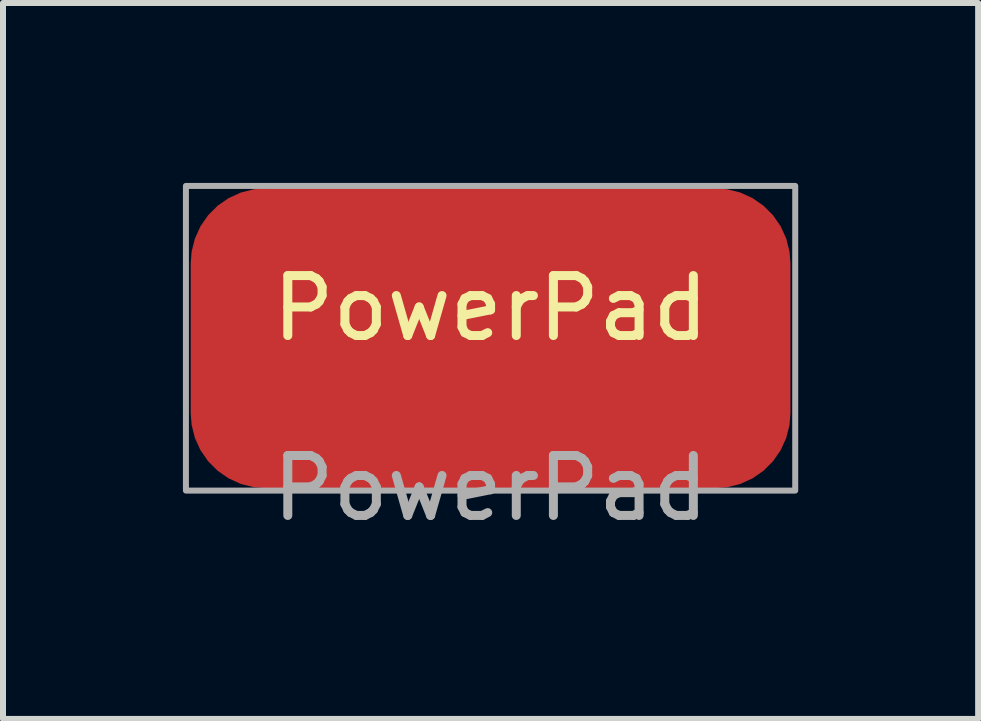
<source format=kicad_pcb>
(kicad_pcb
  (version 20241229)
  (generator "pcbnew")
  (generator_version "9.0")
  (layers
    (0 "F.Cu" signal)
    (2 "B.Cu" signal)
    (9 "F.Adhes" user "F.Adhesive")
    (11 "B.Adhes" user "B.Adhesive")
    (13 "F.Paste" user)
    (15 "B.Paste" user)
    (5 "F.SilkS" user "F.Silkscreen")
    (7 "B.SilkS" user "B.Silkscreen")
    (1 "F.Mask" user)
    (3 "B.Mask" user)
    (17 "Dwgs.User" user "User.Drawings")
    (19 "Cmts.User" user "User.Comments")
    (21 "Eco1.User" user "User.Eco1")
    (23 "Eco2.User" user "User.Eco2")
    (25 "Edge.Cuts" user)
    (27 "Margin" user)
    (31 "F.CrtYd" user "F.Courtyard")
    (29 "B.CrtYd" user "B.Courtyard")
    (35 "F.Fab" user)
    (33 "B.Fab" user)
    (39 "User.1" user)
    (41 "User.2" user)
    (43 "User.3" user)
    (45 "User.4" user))
  (footprint "PowerPad"
    (layer "F.Cu")
    (at 5.13 2.59)
    (property "Reference" "PowerPad" (at 0 -0.5 0) (unlocked yes) (layer "F.SilkS") (effects (font (size 1 1) (thickness 0.15))))
    (attr smd)
    (fp_rect (start -5.08 -2.54) (end 5.08 2.54) (stroke (width 0.1) (type solid)) (fill no) (layer "F.Fab"))
    (fp_text user "${REFERENCE}" (at 0 2.5 0) (unlocked yes) (layer "F.Fab") (effects (font (size 1 1) (thickness 0.15))))
    (pad "1" smd roundrect (at 0 0) (size 10 5) (layers "F.Cu" "F.Mask" "F.Paste") (roundrect_rratio 0.25)))
  (gr_rect
    (start -3 -3)
    (end 13.26 8.938)
    (stroke (width 0.1) (type default))
    (fill no)
    (layer "Edge.Cuts")))
</source>
